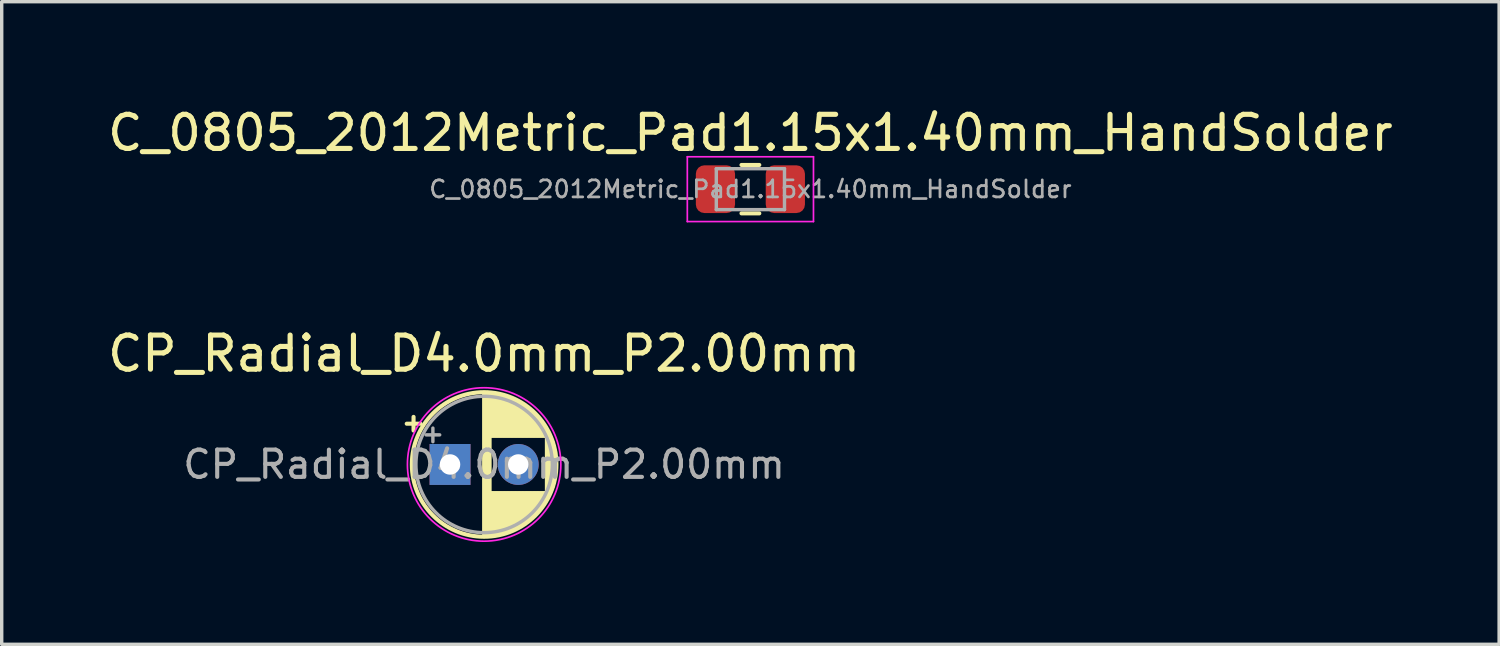
<source format=kicad_pcb>
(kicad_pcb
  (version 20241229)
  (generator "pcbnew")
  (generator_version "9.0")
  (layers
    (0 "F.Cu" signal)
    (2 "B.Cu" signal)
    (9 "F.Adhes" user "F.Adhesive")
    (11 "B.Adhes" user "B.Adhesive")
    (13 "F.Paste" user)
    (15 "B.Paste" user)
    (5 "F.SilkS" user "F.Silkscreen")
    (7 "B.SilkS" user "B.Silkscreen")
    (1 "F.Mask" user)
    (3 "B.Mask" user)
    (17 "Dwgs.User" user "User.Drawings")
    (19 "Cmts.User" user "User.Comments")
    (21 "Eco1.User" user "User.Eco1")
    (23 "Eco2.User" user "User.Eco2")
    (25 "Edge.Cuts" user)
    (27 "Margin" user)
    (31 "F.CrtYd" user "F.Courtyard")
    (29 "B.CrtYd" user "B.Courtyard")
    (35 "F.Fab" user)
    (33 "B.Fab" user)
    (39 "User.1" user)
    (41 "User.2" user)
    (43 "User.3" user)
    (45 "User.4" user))
  (footprint "CP_Radial_D4.0mm_P2.00mm"
    (layer "F.Cu")
    (at 10.149 10.572)
    (property "Reference" "CP_Radial_D4.0mm_P2.00mm" (at 1 -3.25 0) (layer "F.SilkS") (effects (font (size 1 1) (thickness 0.15))))
    (attr through_hole)
    (fp_line (start -1.27 -1.195) (end -0.87 -1.195) (stroke (width 0.12) (type solid)) (layer "F.SilkS"))
    (fp_line (start -1.07 -1.395) (end -1.07 -0.995) (stroke (width 0.12) (type solid)) (layer "F.SilkS"))
    (fp_line (start 1 -2.08) (end 1 2.08) (stroke (width 0.12) (type solid)) (layer "F.SilkS"))
    (fp_line (start 1.04 -2.08) (end 1.04 2.08) (stroke (width 0.12) (type solid)) (layer "F.SilkS"))
    (fp_line (start 1.08 -2.079) (end 1.08 2.079) (stroke (width 0.12) (type solid)) (layer "F.SilkS"))
    (fp_line (start 1.12 -2.077) (end 1.12 2.077) (stroke (width 0.12) (type solid)) (layer "F.SilkS"))
    (fp_line (start 1.16 -2.074) (end 1.16 2.074) (stroke (width 0.12) (type solid)) (layer "F.SilkS"))
    (fp_line (start 1.2 -2.071) (end 1.2 -0.84) (stroke (width 0.12) (type solid)) (layer "F.SilkS"))
    (fp_line (start 1.2 0.84) (end 1.2 2.071) (stroke (width 0.12) (type solid)) (layer "F.SilkS"))
    (fp_line (start 1.24 -2.067) (end 1.24 -0.84) (stroke (width 0.12) (type solid)) (layer "F.SilkS"))
    (fp_line (start 1.24 0.84) (end 1.24 2.067) (stroke (width 0.12) (type solid)) (layer "F.SilkS"))
    (fp_line (start 1.28 -2.062) (end 1.28 -0.84) (stroke (width 0.12) (type solid)) (layer "F.SilkS"))
    (fp_line (start 1.28 0.84) (end 1.28 2.062) (stroke (width 0.12) (type solid)) (layer "F.SilkS"))
    (fp_line (start 1.32 -2.056) (end 1.32 -0.84) (stroke (width 0.12) (type solid)) (layer "F.SilkS"))
    (fp_line (start 1.32 0.84) (end 1.32 2.056) (stroke (width 0.12) (type solid)) (layer "F.SilkS"))
    (fp_line (start 1.36 -2.05) (end 1.36 -0.84) (stroke (width 0.12) (type solid)) (layer "F.SilkS"))
    (fp_line (start 1.36 0.84) (end 1.36 2.05) (stroke (width 0.12) (type solid)) (layer "F.SilkS"))
    (fp_line (start 1.4 -2.042) (end 1.4 -0.84) (stroke (width 0.12) (type solid)) (layer "F.SilkS"))
    (fp_line (start 1.4 0.84) (end 1.4 2.042) (stroke (width 0.12) (type solid)) (layer "F.SilkS"))
    (fp_line (start 1.44 -2.034) (end 1.44 -0.84) (stroke (width 0.12) (type solid)) (layer "F.SilkS"))
    (fp_line (start 1.44 0.84) (end 1.44 2.034) (stroke (width 0.12) (type solid)) (layer "F.SilkS"))
    (fp_line (start 1.48 -2.025) (end 1.48 -0.84) (stroke (width 0.12) (type solid)) (layer "F.SilkS"))
    (fp_line (start 1.48 0.84) (end 1.48 2.025) (stroke (width 0.12) (type solid)) (layer "F.SilkS"))
    (fp_line (start 1.52 -2.016) (end 1.52 -0.84) (stroke (width 0.12) (type solid)) (layer "F.SilkS"))
    (fp_line (start 1.52 0.84) (end 1.52 2.016) (stroke (width 0.12) (type solid)) (layer "F.SilkS"))
    (fp_line (start 1.56 -2.005) (end 1.56 -0.84) (stroke (width 0.12) (type solid)) (layer "F.SilkS"))
    (fp_line (start 1.56 0.84) (end 1.56 2.005) (stroke (width 0.12) (type solid)) (layer "F.SilkS"))
    (fp_line (start 1.6 -1.994) (end 1.6 -0.84) (stroke (width 0.12) (type solid)) (layer "F.SilkS"))
    (fp_line (start 1.6 0.84) (end 1.6 1.994) (stroke (width 0.12) (type solid)) (layer "F.SilkS"))
    (fp_line (start 1.64 -1.982) (end 1.64 -0.84) (stroke (width 0.12) (type solid)) (layer "F.SilkS"))
    (fp_line (start 1.64 0.84) (end 1.64 1.982) (stroke (width 0.12) (type solid)) (layer "F.SilkS"))
    (fp_line (start 1.68 -1.968) (end 1.68 -0.84) (stroke (width 0.12) (type solid)) (layer "F.SilkS"))
    (fp_line (start 1.68 0.84) (end 1.68 1.968) (stroke (width 0.12) (type solid)) (layer "F.SilkS"))
    (fp_line (start 1.721 -1.954) (end 1.721 -0.84) (stroke (width 0.12) (type solid)) (layer "F.SilkS"))
    (fp_line (start 1.721 0.84) (end 1.721 1.954) (stroke (width 0.12) (type solid)) (layer "F.SilkS"))
    (fp_line (start 1.761 -1.94) (end 1.761 -0.84) (stroke (width 0.12) (type solid)) (layer "F.SilkS"))
    (fp_line (start 1.761 0.84) (end 1.761 1.94) (stroke (width 0.12) (type solid)) (layer "F.SilkS"))
    (fp_line (start 1.801 -1.924) (end 1.801 -0.84) (stroke (width 0.12) (type solid)) (layer "F.SilkS"))
    (fp_line (start 1.801 0.84) (end 1.801 1.924) (stroke (width 0.12) (type solid)) (layer "F.SilkS"))
    (fp_line (start 1.841 -1.907) (end 1.841 -0.84) (stroke (width 0.12) (type solid)) (layer "F.SilkS"))
    (fp_line (start 1.841 0.84) (end 1.841 1.907) (stroke (width 0.12) (type solid)) (layer "F.SilkS"))
    (fp_line (start 1.881 -1.889) (end 1.881 -0.84) (stroke (width 0.12) (type solid)) (layer "F.SilkS"))
    (fp_line (start 1.881 0.84) (end 1.881 1.889) (stroke (width 0.12) (type solid)) (layer "F.SilkS"))
    (fp_line (start 1.921 -1.87) (end 1.921 -0.84) (stroke (width 0.12) (type solid)) (layer "F.SilkS"))
    (fp_line (start 1.921 0.84) (end 1.921 1.87) (stroke (width 0.12) (type solid)) (layer "F.SilkS"))
    (fp_line (start 1.961 -1.851) (end 1.961 -0.84) (stroke (width 0.12) (type solid)) (layer "F.SilkS"))
    (fp_line (start 1.961 0.84) (end 1.961 1.851) (stroke (width 0.12) (type solid)) (layer "F.SilkS"))
    (fp_line (start 2.001 -1.83) (end 2.001 -0.84) (stroke (width 0.12) (type solid)) (layer "F.SilkS"))
    (fp_line (start 2.001 0.84) (end 2.001 1.83) (stroke (width 0.12) (type solid)) (layer "F.SilkS"))
    (fp_line (start 2.041 -1.808) (end 2.041 -0.84) (stroke (width 0.12) (type solid)) (layer "F.SilkS"))
    (fp_line (start 2.041 0.84) (end 2.041 1.808) (stroke (width 0.12) (type solid)) (layer "F.SilkS"))
    (fp_line (start 2.081 -1.785) (end 2.081 -0.84) (stroke (width 0.12) (type solid)) (layer "F.SilkS"))
    (fp_line (start 2.081 0.84) (end 2.081 1.785) (stroke (width 0.12) (type solid)) (layer "F.SilkS"))
    (fp_line (start 2.121 -1.76) (end 2.121 -0.84) (stroke (width 0.12) (type solid)) (layer "F.SilkS"))
    (fp_line (start 2.121 0.84) (end 2.121 1.76) (stroke (width 0.12) (type solid)) (layer "F.SilkS"))
    (fp_line (start 2.161 -1.735) (end 2.161 -0.84) (stroke (width 0.12) (type solid)) (layer "F.SilkS"))
    (fp_line (start 2.161 0.84) (end 2.161 1.735) (stroke (width 0.12) (type solid)) (layer "F.SilkS"))
    (fp_line (start 2.201 -1.708) (end 2.201 -0.84) (stroke (width 0.12) (type solid)) (layer "F.SilkS"))
    (fp_line (start 2.201 0.84) (end 2.201 1.708) (stroke (width 0.12) (type solid)) (layer "F.SilkS"))
    (fp_line (start 2.241 -1.68) (end 2.241 -0.84) (stroke (width 0.12) (type solid)) (layer "F.SilkS"))
    (fp_line (start 2.241 0.84) (end 2.241 1.68) (stroke (width 0.12) (type solid)) (layer "F.SilkS"))
    (fp_line (start 2.281 -1.65) (end 2.281 -0.84) (stroke (width 0.12) (type solid)) (layer "F.SilkS"))
    (fp_line (start 2.281 0.84) (end 2.281 1.65) (stroke (width 0.12) (type solid)) (layer "F.SilkS"))
    (fp_line (start 2.321 -1.619) (end 2.321 -0.84) (stroke (width 0.12) (type solid)) (layer "F.SilkS"))
    (fp_line (start 2.321 0.84) (end 2.321 1.619) (stroke (width 0.12) (type solid)) (layer "F.SilkS"))
    (fp_line (start 2.361 -1.587) (end 2.361 -0.84) (stroke (width 0.12) (type solid)) (layer "F.SilkS"))
    (fp_line (start 2.361 0.84) (end 2.361 1.587) (stroke (width 0.12) (type solid)) (layer "F.SilkS"))
    (fp_line (start 2.401 -1.552) (end 2.401 -0.84) (stroke (width 0.12) (type solid)) (layer "F.SilkS"))
    (fp_line (start 2.401 0.84) (end 2.401 1.552) (stroke (width 0.12) (type solid)) (layer "F.SilkS"))
    (fp_line (start 2.441 -1.516) (end 2.441 -0.84) (stroke (width 0.12) (type solid)) (layer "F.SilkS"))
    (fp_line (start 2.441 0.84) (end 2.441 1.516) (stroke (width 0.12) (type solid)) (layer "F.SilkS"))
    (fp_line (start 2.481 -1.478) (end 2.481 -0.84) (stroke (width 0.12) (type solid)) (layer "F.SilkS"))
    (fp_line (start 2.481 0.84) (end 2.481 1.478) (stroke (width 0.12) (type solid)) (layer "F.SilkS"))
    (fp_line (start 2.521 -1.438) (end 2.521 -0.84) (stroke (width 0.12) (type solid)) (layer "F.SilkS"))
    (fp_line (start 2.521 0.84) (end 2.521 1.438) (stroke (width 0.12) (type solid)) (layer "F.SilkS"))
    (fp_line (start 2.561 -1.396) (end 2.561 -0.84) (stroke (width 0.12) (type solid)) (layer "F.SilkS"))
    (fp_line (start 2.561 0.84) (end 2.561 1.396) (stroke (width 0.12) (type solid)) (layer "F.SilkS"))
    (fp_line (start 2.601 -1.351) (end 2.601 -0.84) (stroke (width 0.12) (type solid)) (layer "F.SilkS"))
    (fp_line (start 2.601 0.84) (end 2.601 1.351) (stroke (width 0.12) (type solid)) (layer "F.SilkS"))
    (fp_line (start 2.641 -1.304) (end 2.641 -0.84) (stroke (width 0.12) (type solid)) (layer "F.SilkS"))
    (fp_line (start 2.641 0.84) (end 2.641 1.304) (stroke (width 0.12) (type solid)) (layer "F.SilkS"))
    (fp_line (start 2.681 -1.254) (end 2.681 -0.84) (stroke (width 0.12) (type solid)) (layer "F.SilkS"))
    (fp_line (start 2.681 0.84) (end 2.681 1.254) (stroke (width 0.12) (type solid)) (layer "F.SilkS"))
    (fp_line (start 2.721 -1.2) (end 2.721 -0.84) (stroke (width 0.12) (type solid)) (layer "F.SilkS"))
    (fp_line (start 2.721 0.84) (end 2.721 1.2) (stroke (width 0.12) (type solid)) (layer "F.SilkS"))
    (fp_line (start 2.761 -1.142) (end 2.761 -0.84) (stroke (width 0.12) (type solid)) (layer "F.SilkS"))
    (fp_line (start 2.761 0.84) (end 2.761 1.142) (stroke (width 0.12) (type solid)) (layer "F.SilkS"))
    (fp_line (start 2.801 -1.08) (end 2.801 -0.84) (stroke (width 0.12) (type solid)) (layer "F.SilkS"))
    (fp_line (start 2.801 0.84) (end 2.801 1.08) (stroke (width 0.12) (type solid)) (layer "F.SilkS"))
    (fp_line (start 2.841 -1.013) (end 2.841 1.013) (stroke (width 0.12) (type solid)) (layer "F.SilkS"))
    (fp_line (start 2.881 -0.94) (end 2.881 0.94) (stroke (width 0.12) (type solid)) (layer "F.SilkS"))
    (fp_line (start 2.921 -0.859) (end 2.921 0.859) (stroke (width 0.12) (type solid)) (layer "F.SilkS"))
    (fp_line (start 2.961 -0.768) (end 2.961 0.768) (stroke (width 0.12) (type solid)) (layer "F.SilkS"))
    (fp_line (start 3.001 -0.664) (end 3.001 0.664) (stroke (width 0.12) (type solid)) (layer "F.SilkS"))
    (fp_line (start 3.041 -0.537) (end 3.041 0.537) (stroke (width 0.12) (type solid)) (layer "F.SilkS"))
    (fp_line (start 3.081 -0.37) (end 3.081 0.37) (stroke (width 0.12) (type solid)) (layer "F.SilkS"))
    (fp_circle (center 1 0) (end 3.12 0) (stroke (width 0.12) (type solid)) (fill no) (layer "F.SilkS"))
    (fp_circle (center 1 0) (end 3.25 0) (stroke (width 0.05) (type solid)) (fill no) (layer "F.CrtYd"))
    (fp_line (start -0.703 -0.868) (end -0.303 -0.868) (stroke (width 0.1) (type solid)) (layer "F.Fab"))
    (fp_line (start -0.503 -1.067) (end -0.503 -0.667) (stroke (width 0.1) (type solid)) (layer "F.Fab"))
    (fp_circle (center 1 0) (end 3 0) (stroke (width 0.1) (type solid)) (fill no) (layer "F.Fab"))
    (fp_text user "${REFERENCE}" (at 1 0 0) (layer "F.Fab") (effects (font (size 0.8 0.8) (thickness 0.12))))
    (pad "1" thru_hole rect (at 0 0) (size 1.2 1.2) (drill 0.6) (layers "*.Cu" "*.Mask"))
    (pad "2" thru_hole circle (at 2 0) (size 1.2 1.2) (drill 0.6) (layers "*.Cu" "*.Mask")))
  (footprint "C_0805_2012Metric_Pad1.15x1.40mm_HandSolder"
    (layer "F.Cu")
    (at 18.076 2.438)
    (property "Reference" "C_0805_2012Metric_Pad1.15x1.40mm_HandSolder" (at 0.882 -1.59 0) (layer "F.SilkS") (effects (font (size 1 1) (thickness 0.15))))
    (attr smd)
    (fp_line (start 0.621 -0.65) (end 1.143 -0.65) (stroke (width 0.12) (type solid)) (layer "F.SilkS"))
    (fp_line (start 0.621 0.77) (end 1.143 0.77) (stroke (width 0.12) (type solid)) (layer "F.SilkS"))
    (fp_line (start -0.968 -0.89) (end 2.732 -0.89) (stroke (width 0.05) (type solid)) (layer "F.CrtYd"))
    (fp_line (start -0.968 1.01) (end -0.968 -0.89) (stroke (width 0.05) (type solid)) (layer "F.CrtYd"))
    (fp_line (start 2.732 -0.89) (end 2.732 1.01) (stroke (width 0.05) (type solid)) (layer "F.CrtYd"))
    (fp_line (start 2.732 1.01) (end -0.968 1.01) (stroke (width 0.05) (type solid)) (layer "F.CrtYd"))
    (fp_line (start -0.118 -0.54) (end 1.882 -0.54) (stroke (width 0.1) (type solid)) (layer "F.Fab"))
    (fp_line (start -0.118 0.66) (end -0.118 -0.54) (stroke (width 0.1) (type solid)) (layer "F.Fab"))
    (fp_line (start 1.882 -0.54) (end 1.882 0.66) (stroke (width 0.1) (type solid)) (layer "F.Fab"))
    (fp_line (start 1.882 0.66) (end -0.118 0.66) (stroke (width 0.1) (type solid)) (layer "F.Fab"))
    (fp_text user "${REFERENCE}" (at 0.882 0.06 0) (layer "F.Fab") (effects (font (size 0.5 0.5) (thickness 0.08))))
    (pad "1" smd roundrect (at -0.143 0.06) (size 1.15 1.4) (layers "F.Cu" "F.Mask" "F.Paste") (roundrect_rratio 0.217))
    (pad "2" smd roundrect (at 1.907 0.06) (size 1.15 1.4) (layers "F.Cu" "F.Mask" "F.Paste") (roundrect_rratio 0.217)))
  (gr_rect
    (start -3 -3)
    (end 40.917 15.847)
    (stroke (width 0.1) (type default))
    (fill no)
    (layer "Edge.Cuts")))
</source>
